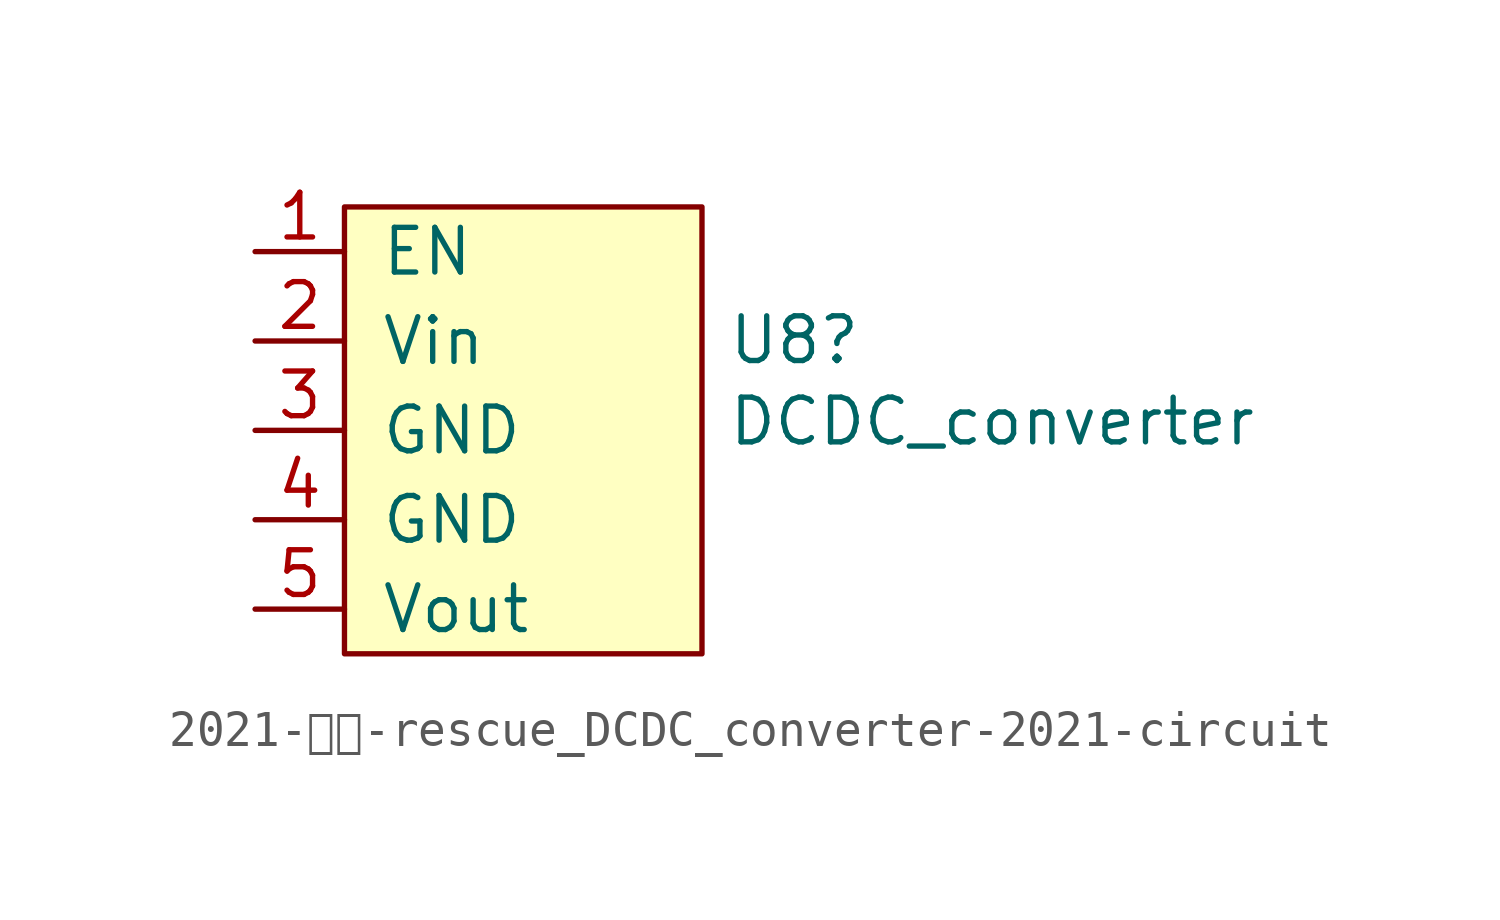
<source format=kicad_sym>
(kicad_symbol_lib
  (version 20211014)
  (generator kicad_symbol_editor)
  (symbol "2021-回路-rescue_DCDC_converter-2021-circuit"
    (pin_names
      (offset 1.016))
    (property "Reference" "U8"
      (at 5.791 -8.865 0)
      (effects (font (size 1.27 1.27)) (justify left)))
    (property "Value" "DCDC_converter"
      (at 5.791 -11.176 0)
      (effects (font (size 1.27 1.27)) (justify left)))
    (symbol "2021-回路-rescue_DCDC_converter-2021-circuit_0_1"
      (rectangle (start -5.08 -5.08) (end 5.08 -17.78) (stroke (width 0) (type default) (color 0 0 0 0)) (fill (type background))))
    (symbol "2021-回路-rescue_DCDC_converter-2021-circuit_1_1"
      (pin passive line (at -7.62 -6.35 0) (length 2.54) (name "EN" (effects (font (size 1.27 1.27)))) (number "1" (effects (font (size 1.27 1.27)))))
      (pin power_in line (at -7.62 -8.89 0) (length 2.54) (name "Vin" (effects (font (size 1.27 1.27)))) (number "2" (effects (font (size 1.27 1.27)))))
      (pin passive line (at -7.62 -11.43 0) (length 2.54) (name "GND" (effects (font (size 1.27 1.27)))) (number "3" (effects (font (size 1.27 1.27)))))
      (pin passive line (at -7.62 -13.97 0) (length 2.54) (name "GND" (effects (font (size 1.27 1.27)))) (number "4" (effects (font (size 1.27 1.27)))))
      (pin output line (at -7.62 -16.51 0) (length 2.54) (name "Vout" (effects (font (size 1.27 1.27)))) (number "5" (effects (font (size 1.27 1.27))))))))
</source>
